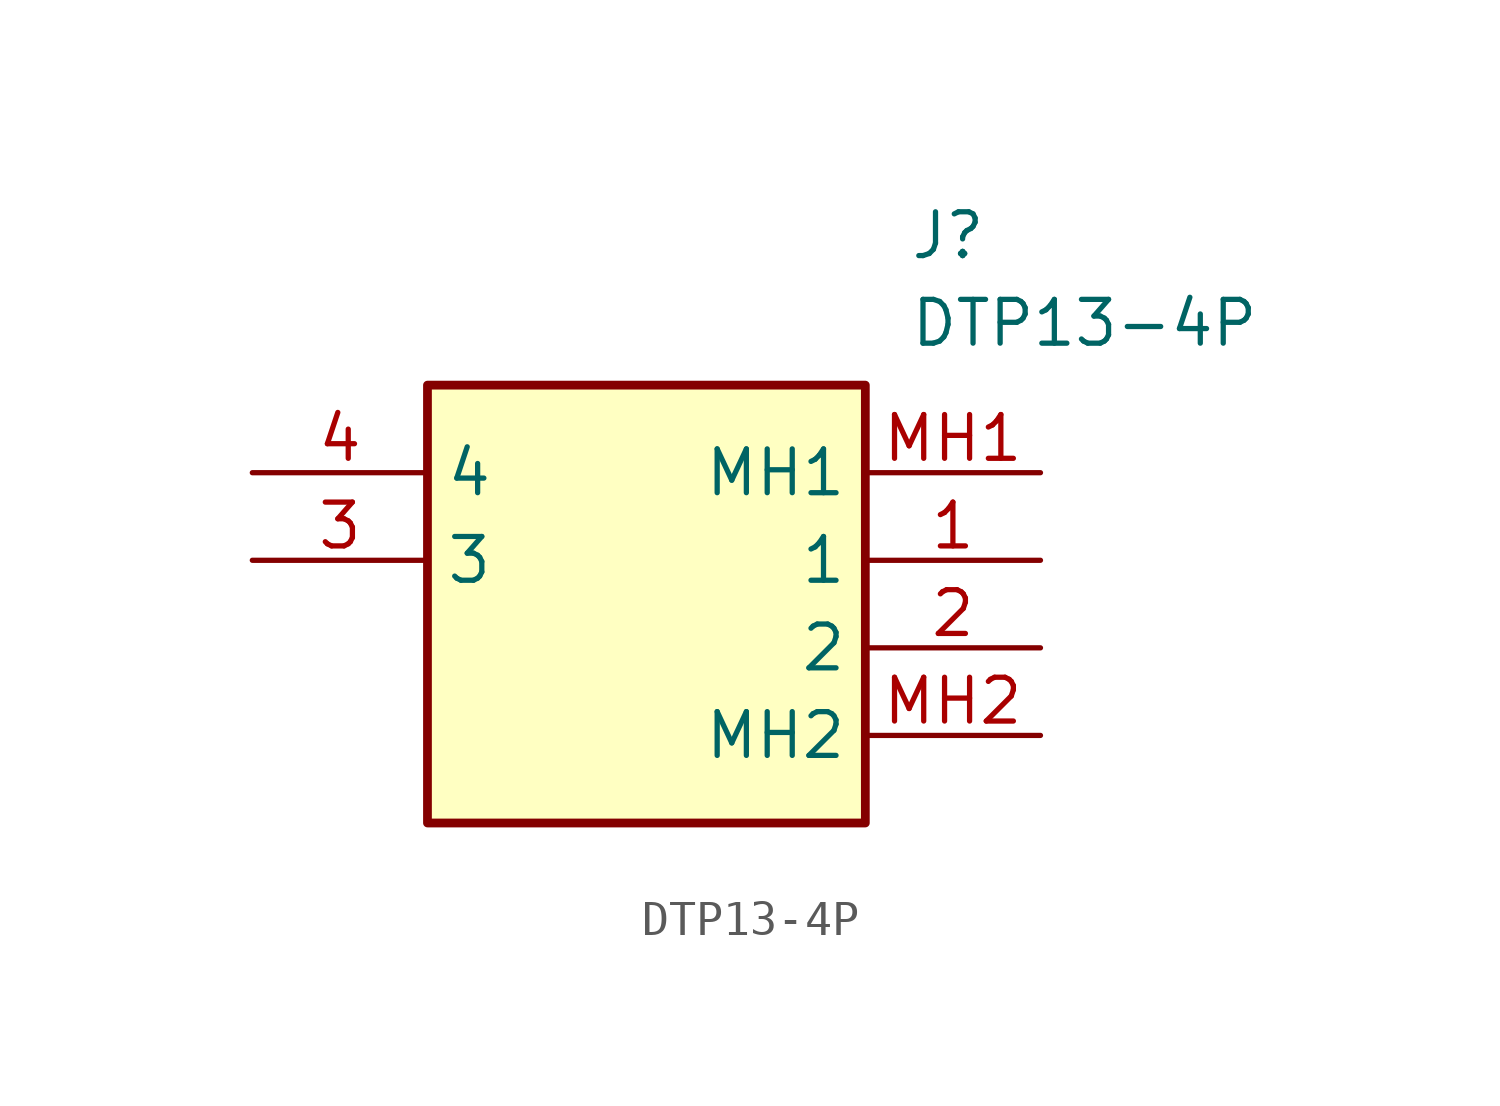
<source format=kicad_sym>
(kicad_symbol_lib
  (version 20211014)
  (generator SamacSys_ECAD_Model)
  (symbol "DTP13-4P"
    (property "Reference" "J"
      (at 19.05 7.62 0)
      (effects (font (size 1.27 1.27)) (justify left top)))
    (property "Value" "DTP13-4P"
      (at 19.05 5.08 0)
      (effects (font (size 1.27 1.27)) (justify left top)))
    (rectangle
      (start 5.08 2.54)
      (end 17.78 -10.16)
      (stroke (width 0.254) (type default))
      (fill (type background)))
    (pin passive line
      (at 22.86 -2.54 180)
      (length 5.08)
      (name "1" (effects (font (size 1.27 1.27))))
      (number "1" (effects (font (size 1.27 1.27)))))
    (pin passive line
      (at 22.86 -5.08 180)
      (length 5.08)
      (name "2" (effects (font (size 1.27 1.27))))
      (number "2" (effects (font (size 1.27 1.27)))))
    (pin passive line
      (at 0 -2.54 0)
      (length 5.08)
      (name "3" (effects (font (size 1.27 1.27))))
      (number "3" (effects (font (size 1.27 1.27)))))
    (pin passive line
      (at 0 0 0)
      (length 5.08)
      (name "4" (effects (font (size 1.27 1.27))))
      (number "4" (effects (font (size 1.27 1.27)))))
    (pin passive line
      (at 22.86 0 180)
      (length 5.08)
      (name "MH1" (effects (font (size 1.27 1.27))))
      (number "MH1" (effects (font (size 1.27 1.27)))))
    (pin passive line
      (at 22.86 -7.62 180)
      (length 5.08)
      (name "MH2" (effects (font (size 1.27 1.27))))
      (number "MH2" (effects (font (size 1.27 1.27)))))))
</source>
